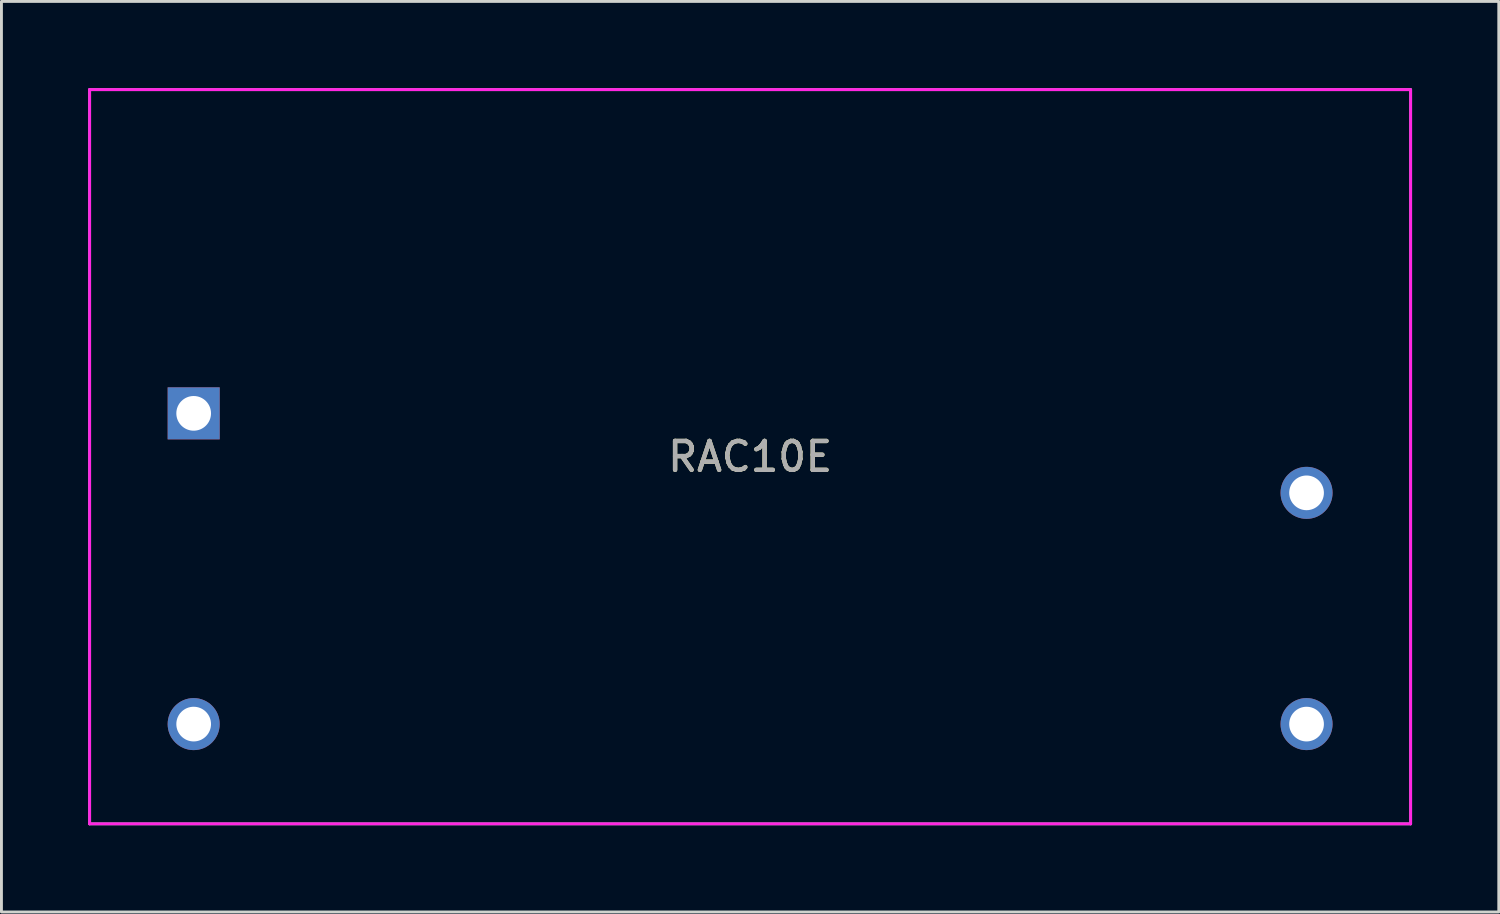
<source format=kicad_pcb>
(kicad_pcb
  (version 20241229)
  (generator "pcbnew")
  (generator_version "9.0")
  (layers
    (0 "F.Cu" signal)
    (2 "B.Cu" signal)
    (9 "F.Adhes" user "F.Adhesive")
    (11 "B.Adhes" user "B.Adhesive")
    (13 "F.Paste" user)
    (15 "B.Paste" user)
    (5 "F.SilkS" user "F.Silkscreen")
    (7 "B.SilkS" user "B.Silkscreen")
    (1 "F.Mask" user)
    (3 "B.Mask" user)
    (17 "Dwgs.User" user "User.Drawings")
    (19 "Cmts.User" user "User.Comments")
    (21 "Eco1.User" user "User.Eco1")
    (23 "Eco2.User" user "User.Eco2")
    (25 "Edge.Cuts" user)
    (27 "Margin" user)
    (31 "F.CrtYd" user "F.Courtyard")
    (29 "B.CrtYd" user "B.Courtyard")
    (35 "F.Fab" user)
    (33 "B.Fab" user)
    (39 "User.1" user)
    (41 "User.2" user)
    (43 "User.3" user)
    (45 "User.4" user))
  (footprint "RAC10E"
    (layer "F.Cu")
    (at 22.9 12.75)
    (property "Reference" "RAC10E" (at 0 0 0) (layer "F.SilkS") (effects (font (size 1 1) (thickness 0.15))))
    (attr through_hole)
    (fp_line (start -22.85 -12.7) (end 22.85 -12.7) (stroke (width 0.1) (type solid)) (layer "F.CrtYd"))
    (fp_line (start -22.85 12.7) (end -22.85 -12.7) (stroke (width 0.1) (type solid)) (layer "F.CrtYd"))
    (fp_line (start 22.85 -12.675) (end 22.85 12.7) (stroke (width 0.1) (type solid)) (layer "F.CrtYd"))
    (fp_line (start 22.85 12.7) (end -22.85 12.7) (stroke (width 0.1) (type solid)) (layer "F.CrtYd"))
    (fp_line (start -22.85 -12.7) (end 22.85 -12.7) (stroke (width 0.1) (type solid)) (layer "F.Fab"))
    (fp_line (start -22.85 12.7) (end -22.85 -12.7) (stroke (width 0.1) (type solid)) (layer "F.Fab"))
    (fp_line (start 22.85 -12.7) (end 22.85 12.7) (stroke (width 0.1) (type solid)) (layer "F.Fab"))
    (fp_line (start 22.85 12.7) (end -22.85 12.7) (stroke (width 0.1) (type solid)) (layer "F.Fab"))
    (fp_text user "${REFERENCE}" (at 0 0 0) (layer "F.Fab") (effects (font (size 1 1) (thickness 0.15))))
    (pad "1" thru_hole rect (at -19.25 -1.5) (size 1.8 1.8) (drill 1.2) (layers "*.Cu" "*.Mask"))
    (pad "2" thru_hole circle (at -19.25 9.25) (size 1.8 1.8) (drill 1.2) (layers "*.Cu" "*.Mask"))
    (pad "3" thru_hole circle (at 19.25 9.25) (size 1.8 1.8) (drill 1.2) (layers "*.Cu" "*.Mask"))
    (pad "4" thru_hole circle (at 19.25 1.25) (size 1.8 1.8) (drill 1.2) (layers "*.Cu" "*.Mask")))
  (gr_rect
    (start -3 -3)
    (end 48.8 28.5)
    (stroke (width 0.1) (type default))
    (fill no)
    (layer "Edge.Cuts")))
</source>
